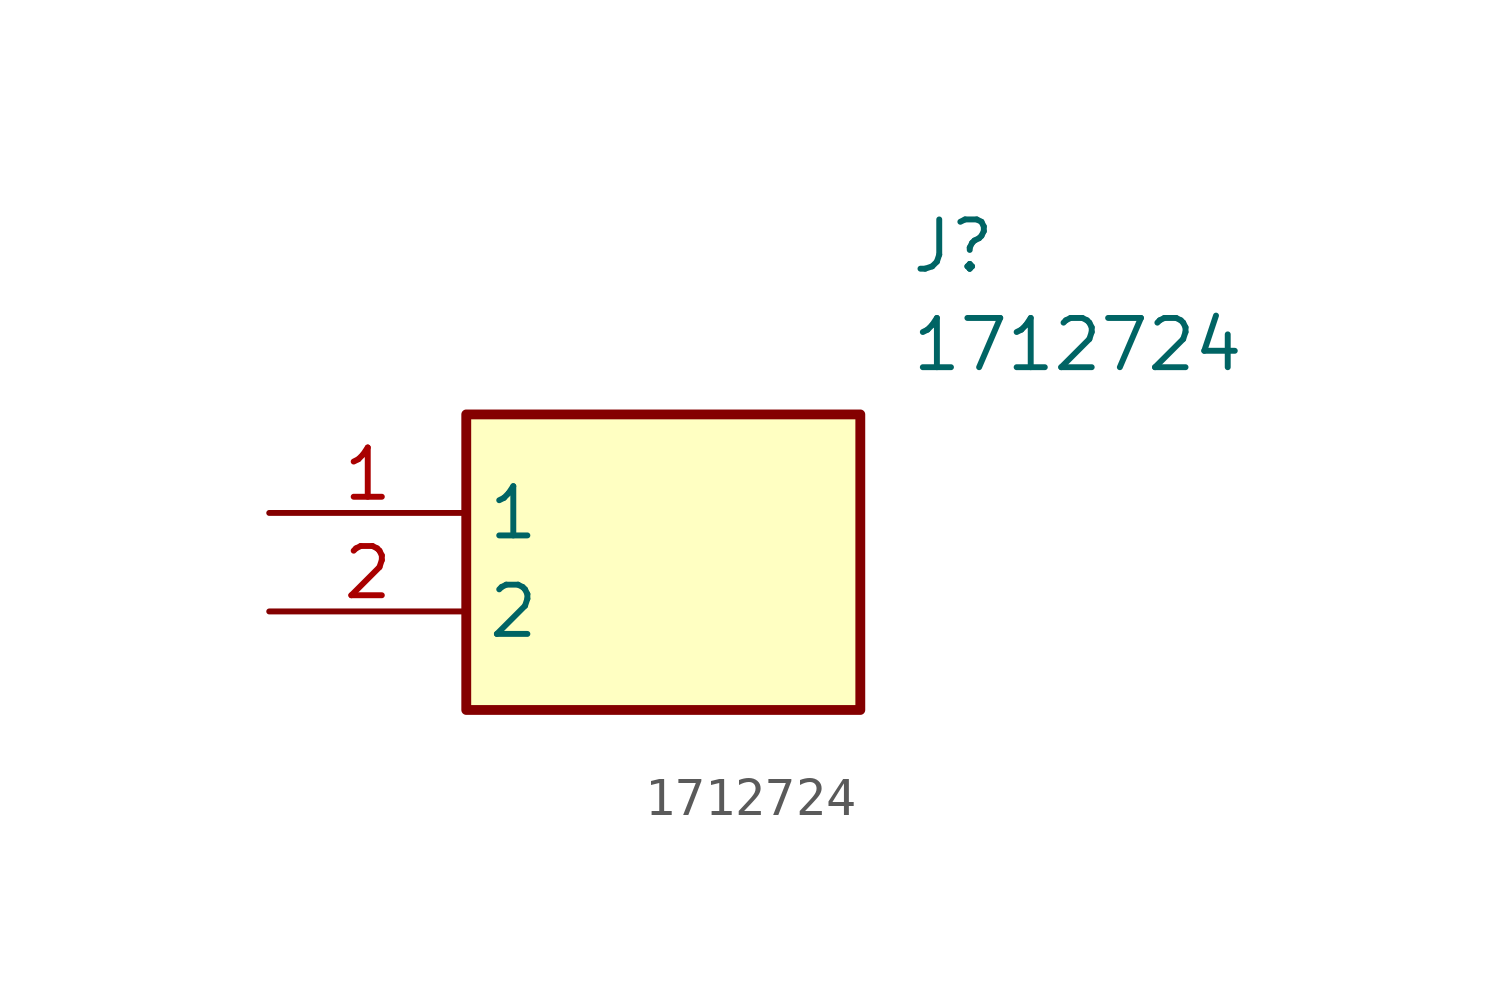
<source format=kicad_sym>
(kicad_symbol_lib
  (version 20241209)
  (generator "kicad_symbol_editor")
  (generator_version "9.0")
  (symbol "1712724"
    (property "Reference" "J"
      (at 16.51 7.62 0)
      (effects (font (size 1.27 1.27)) (justify left top)))
    (property "Value" "1712724"
      (at 16.51 5.08 0)
      (effects (font (size 1.27 1.27)) (justify left top)))
    (symbol "1712724_1_1"
      (rectangle (start 5.08 2.54) (end 15.24 -5.08) (stroke (width 0.254) (type default)) (fill (type background)))
      (pin passive line (at 0 0 0) (length 5.08) (name "1" (effects (font (size 1.27 1.27)))) (number "1" (effects (font (size 1.27 1.27)))))
      (pin passive line (at 0 -2.54 0) (length 5.08) (name "2" (effects (font (size 1.27 1.27)))) (number "2" (effects (font (size 1.27 1.27))))))))
</source>
